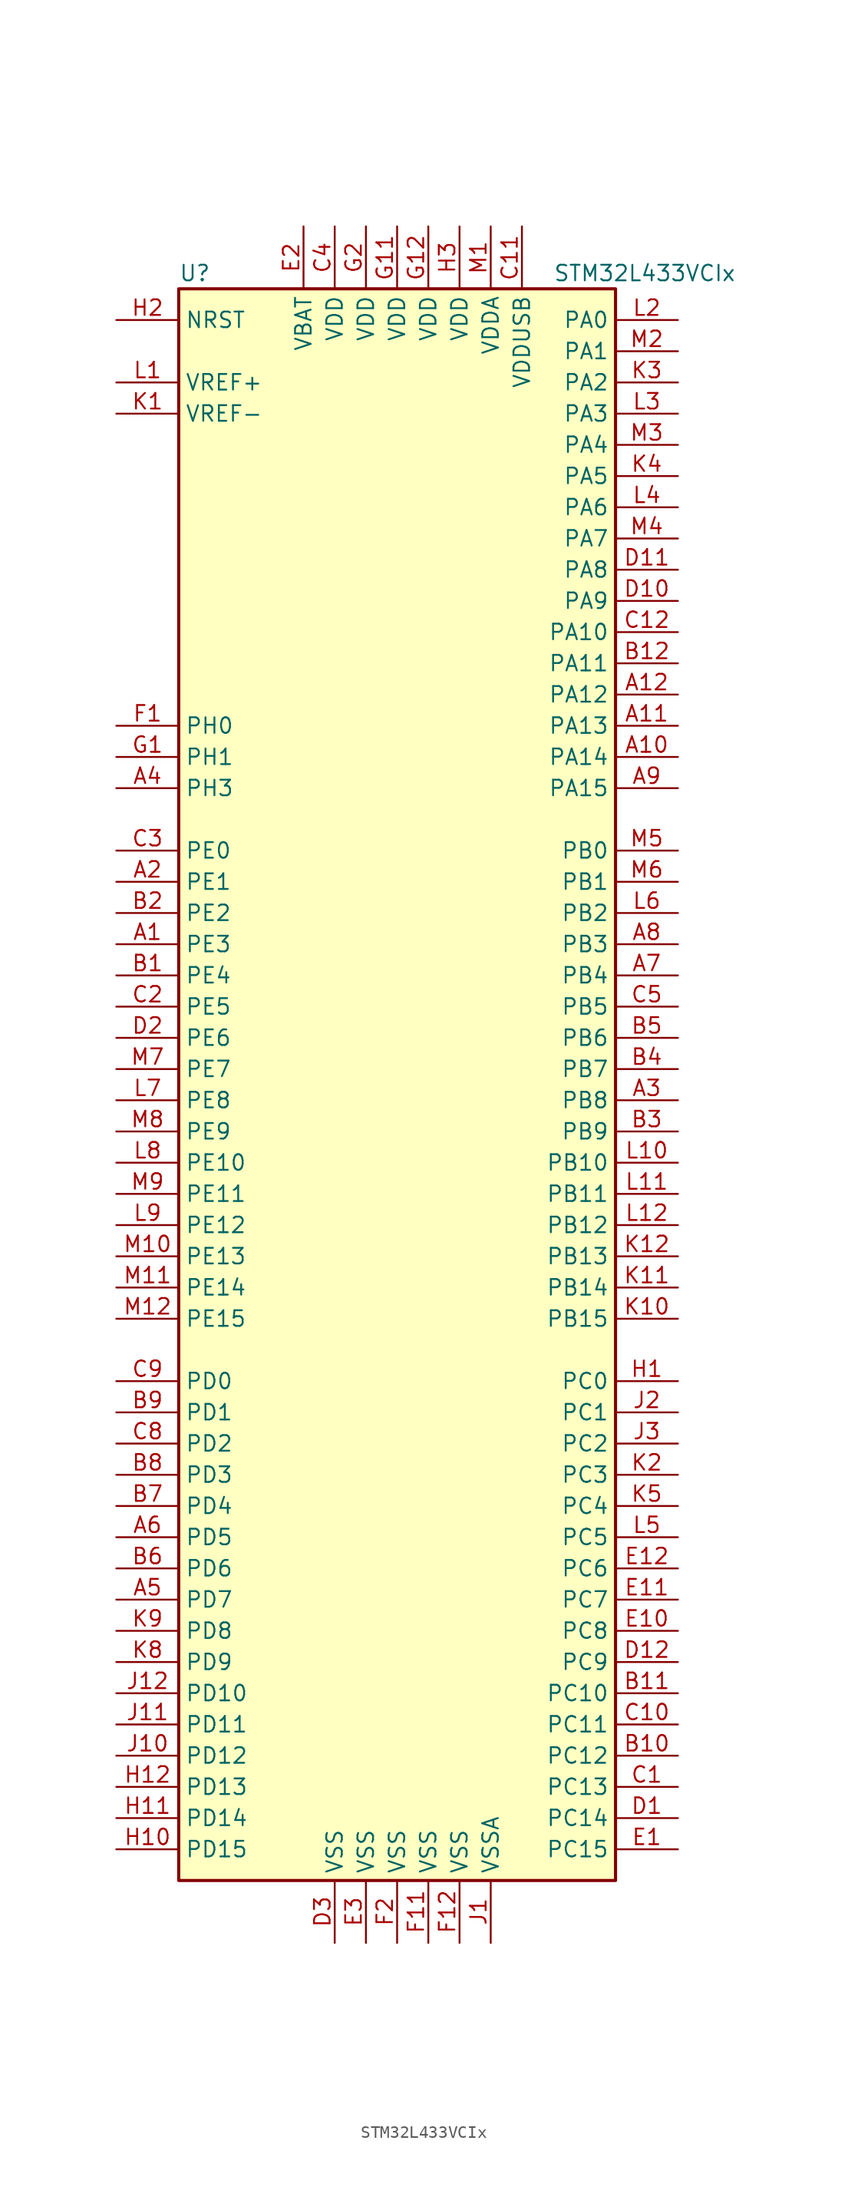
<source format=kicad_sym>
(kicad_symbol_lib
  (version 20201005)
  (generator kicad_symbol_editor)
  (symbol "MCU_ST_STM32L4:STM32L433VCIx"
    (property "Reference" "U"
      (at -17.78 64.77 0)
      (effects (font (size 1.27 1.27)) (justify left)))
    (property "Value" "STM32L433VCIx"
      (at 12.7 64.77 0)
      (effects (font (size 1.27 1.27)) (justify left)))
    (symbol "STM32L433VCIx_0_1"
      (rectangle (start -17.78 -66.04) (end 17.78 63.5) (stroke (width 0.254)) (fill (type background))))
    (symbol "STM32L433VCIx_1_1"
      (pin bidirectional line (at -22.86 10.16 0) (length 5.08) (name "PE3" (effects (font (size 1.27 1.27)))) (number "A1" (effects (font (size 1.27 1.27)))))
      (pin bidirectional line (at 22.86 25.4 180) (length 5.08) (name "PA14" (effects (font (size 1.27 1.27)))) (number "A10" (effects (font (size 1.27 1.27)))))
      (pin bidirectional line (at 22.86 27.94 180) (length 5.08) (name "PA13" (effects (font (size 1.27 1.27)))) (number "A11" (effects (font (size 1.27 1.27)))))
      (pin bidirectional line (at 22.86 30.48 180) (length 5.08) (name "PA12" (effects (font (size 1.27 1.27)))) (number "A12" (effects (font (size 1.27 1.27)))))
      (pin bidirectional line (at -22.86 15.24 0) (length 5.08) (name "PE1" (effects (font (size 1.27 1.27)))) (number "A2" (effects (font (size 1.27 1.27)))))
      (pin bidirectional line (at 22.86 -2.54 180) (length 5.08) (name "PB8" (effects (font (size 1.27 1.27)))) (number "A3" (effects (font (size 1.27 1.27)))))
      (pin bidirectional line (at -22.86 22.86 0) (length 5.08) (name "PH3" (effects (font (size 1.27 1.27)))) (number "A4" (effects (font (size 1.27 1.27)))))
      (pin bidirectional line (at -22.86 -43.18 0) (length 5.08) (name "PD7" (effects (font (size 1.27 1.27)))) (number "A5" (effects (font (size 1.27 1.27)))))
      (pin bidirectional line (at -22.86 -38.1 0) (length 5.08) (name "PD5" (effects (font (size 1.27 1.27)))) (number "A6" (effects (font (size 1.27 1.27)))))
      (pin bidirectional line (at 22.86 7.62 180) (length 5.08) (name "PB4" (effects (font (size 1.27 1.27)))) (number "A7" (effects (font (size 1.27 1.27)))))
      (pin bidirectional line (at 22.86 10.16 180) (length 5.08) (name "PB3" (effects (font (size 1.27 1.27)))) (number "A8" (effects (font (size 1.27 1.27)))))
      (pin bidirectional line (at 22.86 22.86 180) (length 5.08) (name "PA15" (effects (font (size 1.27 1.27)))) (number "A9" (effects (font (size 1.27 1.27)))))
      (pin bidirectional line (at -22.86 7.62 0) (length 5.08) (name "PE4" (effects (font (size 1.27 1.27)))) (number "B1" (effects (font (size 1.27 1.27)))))
      (pin bidirectional line (at 22.86 -55.88 180) (length 5.08) (name "PC12" (effects (font (size 1.27 1.27)))) (number "B10" (effects (font (size 1.27 1.27)))))
      (pin bidirectional line (at 22.86 -50.8 180) (length 5.08) (name "PC10" (effects (font (size 1.27 1.27)))) (number "B11" (effects (font (size 1.27 1.27)))))
      (pin bidirectional line (at 22.86 33.02 180) (length 5.08) (name "PA11" (effects (font (size 1.27 1.27)))) (number "B12" (effects (font (size 1.27 1.27)))))
      (pin bidirectional line (at -22.86 12.7 0) (length 5.08) (name "PE2" (effects (font (size 1.27 1.27)))) (number "B2" (effects (font (size 1.27 1.27)))))
      (pin bidirectional line (at 22.86 -5.08 180) (length 5.08) (name "PB9" (effects (font (size 1.27 1.27)))) (number "B3" (effects (font (size 1.27 1.27)))))
      (pin bidirectional line (at 22.86 0 180) (length 5.08) (name "PB7" (effects (font (size 1.27 1.27)))) (number "B4" (effects (font (size 1.27 1.27)))))
      (pin bidirectional line (at 22.86 2.54 180) (length 5.08) (name "PB6" (effects (font (size 1.27 1.27)))) (number "B5" (effects (font (size 1.27 1.27)))))
      (pin bidirectional line (at -22.86 -40.64 0) (length 5.08) (name "PD6" (effects (font (size 1.27 1.27)))) (number "B6" (effects (font (size 1.27 1.27)))))
      (pin bidirectional line (at -22.86 -35.56 0) (length 5.08) (name "PD4" (effects (font (size 1.27 1.27)))) (number "B7" (effects (font (size 1.27 1.27)))))
      (pin bidirectional line (at -22.86 -33.02 0) (length 5.08) (name "PD3" (effects (font (size 1.27 1.27)))) (number "B8" (effects (font (size 1.27 1.27)))))
      (pin bidirectional line (at -22.86 -27.94 0) (length 5.08) (name "PD1" (effects (font (size 1.27 1.27)))) (number "B9" (effects (font (size 1.27 1.27)))))
      (pin bidirectional line (at 22.86 -58.42 180) (length 5.08) (name "PC13" (effects (font (size 1.27 1.27)))) (number "C1" (effects (font (size 1.27 1.27)))))
      (pin bidirectional line (at 22.86 -53.34 180) (length 5.08) (name "PC11" (effects (font (size 1.27 1.27)))) (number "C10" (effects (font (size 1.27 1.27)))))
      (pin power_in line (at 10.16 68.58 270) (length 5.08) (name "VDDUSB" (effects (font (size 1.27 1.27)))) (number "C11" (effects (font (size 1.27 1.27)))))
      (pin bidirectional line (at 22.86 35.56 180) (length 5.08) (name "PA10" (effects (font (size 1.27 1.27)))) (number "C12" (effects (font (size 1.27 1.27)))))
      (pin bidirectional line (at -22.86 5.08 0) (length 5.08) (name "PE5" (effects (font (size 1.27 1.27)))) (number "C2" (effects (font (size 1.27 1.27)))))
      (pin bidirectional line (at -22.86 17.78 0) (length 5.08) (name "PE0" (effects (font (size 1.27 1.27)))) (number "C3" (effects (font (size 1.27 1.27)))))
      (pin power_in line (at -5.08 68.58 270) (length 5.08) (name "VDD" (effects (font (size 1.27 1.27)))) (number "C4" (effects (font (size 1.27 1.27)))))
      (pin bidirectional line (at 22.86 5.08 180) (length 5.08) (name "PB5" (effects (font (size 1.27 1.27)))) (number "C5" (effects (font (size 1.27 1.27)))))
      (pin bidirectional line (at -22.86 -30.48 0) (length 5.08) (name "PD2" (effects (font (size 1.27 1.27)))) (number "C8" (effects (font (size 1.27 1.27)))))
      (pin bidirectional line (at -22.86 -25.4 0) (length 5.08) (name "PD0" (effects (font (size 1.27 1.27)))) (number "C9" (effects (font (size 1.27 1.27)))))
      (pin bidirectional line (at 22.86 -60.96 180) (length 5.08) (name "PC14" (effects (font (size 1.27 1.27)))) (number "D1" (effects (font (size 1.27 1.27)))))
      (pin bidirectional line (at 22.86 38.1 180) (length 5.08) (name "PA9" (effects (font (size 1.27 1.27)))) (number "D10" (effects (font (size 1.27 1.27)))))
      (pin bidirectional line (at 22.86 40.64 180) (length 5.08) (name "PA8" (effects (font (size 1.27 1.27)))) (number "D11" (effects (font (size 1.27 1.27)))))
      (pin bidirectional line (at 22.86 -48.26 180) (length 5.08) (name "PC9" (effects (font (size 1.27 1.27)))) (number "D12" (effects (font (size 1.27 1.27)))))
      (pin bidirectional line (at -22.86 2.54 0) (length 5.08) (name "PE6" (effects (font (size 1.27 1.27)))) (number "D2" (effects (font (size 1.27 1.27)))))
      (pin power_in line (at -5.08 -71.12 90) (length 5.08) (name "VSS" (effects (font (size 1.27 1.27)))) (number "D3" (effects (font (size 1.27 1.27)))))
      (pin bidirectional line (at 22.86 -63.5 180) (length 5.08) (name "PC15" (effects (font (size 1.27 1.27)))) (number "E1" (effects (font (size 1.27 1.27)))))
      (pin bidirectional line (at 22.86 -45.72 180) (length 5.08) (name "PC8" (effects (font (size 1.27 1.27)))) (number "E10" (effects (font (size 1.27 1.27)))))
      (pin bidirectional line (at 22.86 -43.18 180) (length 5.08) (name "PC7" (effects (font (size 1.27 1.27)))) (number "E11" (effects (font (size 1.27 1.27)))))
      (pin bidirectional line (at 22.86 -40.64 180) (length 5.08) (name "PC6" (effects (font (size 1.27 1.27)))) (number "E12" (effects (font (size 1.27 1.27)))))
      (pin power_in line (at -7.62 68.58 270) (length 5.08) (name "VBAT" (effects (font (size 1.27 1.27)))) (number "E2" (effects (font (size 1.27 1.27)))))
      (pin power_in line (at -2.54 -71.12 90) (length 5.08) (name "VSS" (effects (font (size 1.27 1.27)))) (number "E3" (effects (font (size 1.27 1.27)))))
      (pin input line (at -22.86 27.94 0) (length 5.08) (name "PH0" (effects (font (size 1.27 1.27)))) (number "F1" (effects (font (size 1.27 1.27)))))
      (pin power_in line (at 2.54 -71.12 90) (length 5.08) (name "VSS" (effects (font (size 1.27 1.27)))) (number "F11" (effects (font (size 1.27 1.27)))))
      (pin power_in line (at 5.08 -71.12 90) (length 5.08) (name "VSS" (effects (font (size 1.27 1.27)))) (number "F12" (effects (font (size 1.27 1.27)))))
      (pin power_in line (at 0 -71.12 90) (length 5.08) (name "VSS" (effects (font (size 1.27 1.27)))) (number "F2" (effects (font (size 1.27 1.27)))))
      (pin input line (at -22.86 25.4 0) (length 5.08) (name "PH1" (effects (font (size 1.27 1.27)))) (number "G1" (effects (font (size 1.27 1.27)))))
      (pin power_in line (at 0 68.58 270) (length 5.08) (name "VDD" (effects (font (size 1.27 1.27)))) (number "G11" (effects (font (size 1.27 1.27)))))
      (pin power_in line (at 2.54 68.58 270) (length 5.08) (name "VDD" (effects (font (size 1.27 1.27)))) (number "G12" (effects (font (size 1.27 1.27)))))
      (pin power_in line (at -2.54 68.58 270) (length 5.08) (name "VDD" (effects (font (size 1.27 1.27)))) (number "G2" (effects (font (size 1.27 1.27)))))
      (pin bidirectional line (at 22.86 -25.4 180) (length 5.08) (name "PC0" (effects (font (size 1.27 1.27)))) (number "H1" (effects (font (size 1.27 1.27)))))
      (pin bidirectional line (at -22.86 -63.5 0) (length 5.08) (name "PD15" (effects (font (size 1.27 1.27)))) (number "H10" (effects (font (size 1.27 1.27)))))
      (pin bidirectional line (at -22.86 -60.96 0) (length 5.08) (name "PD14" (effects (font (size 1.27 1.27)))) (number "H11" (effects (font (size 1.27 1.27)))))
      (pin bidirectional line (at -22.86 -58.42 0) (length 5.08) (name "PD13" (effects (font (size 1.27 1.27)))) (number "H12" (effects (font (size 1.27 1.27)))))
      (pin input line (at -22.86 60.96 0) (length 5.08) (name "NRST" (effects (font (size 1.27 1.27)))) (number "H2" (effects (font (size 1.27 1.27)))))
      (pin power_in line (at 5.08 68.58 270) (length 5.08) (name "VDD" (effects (font (size 1.27 1.27)))) (number "H3" (effects (font (size 1.27 1.27)))))
      (pin power_in line (at 7.62 -71.12 90) (length 5.08) (name "VSSA" (effects (font (size 1.27 1.27)))) (number "J1" (effects (font (size 1.27 1.27)))))
      (pin bidirectional line (at -22.86 -55.88 0) (length 5.08) (name "PD12" (effects (font (size 1.27 1.27)))) (number "J10" (effects (font (size 1.27 1.27)))))
      (pin bidirectional line (at -22.86 -53.34 0) (length 5.08) (name "PD11" (effects (font (size 1.27 1.27)))) (number "J11" (effects (font (size 1.27 1.27)))))
      (pin bidirectional line (at -22.86 -50.8 0) (length 5.08) (name "PD10" (effects (font (size 1.27 1.27)))) (number "J12" (effects (font (size 1.27 1.27)))))
      (pin bidirectional line (at 22.86 -27.94 180) (length 5.08) (name "PC1" (effects (font (size 1.27 1.27)))) (number "J2" (effects (font (size 1.27 1.27)))))
      (pin bidirectional line (at 22.86 -30.48 180) (length 5.08) (name "PC2" (effects (font (size 1.27 1.27)))) (number "J3" (effects (font (size 1.27 1.27)))))
      (pin power_in line (at -22.86 53.34 0) (length 5.08) (name "VREF-" (effects (font (size 1.27 1.27)))) (number "K1" (effects (font (size 1.27 1.27)))))
      (pin bidirectional line (at 22.86 -20.32 180) (length 5.08) (name "PB15" (effects (font (size 1.27 1.27)))) (number "K10" (effects (font (size 1.27 1.27)))))
      (pin bidirectional line (at 22.86 -17.78 180) (length 5.08) (name "PB14" (effects (font (size 1.27 1.27)))) (number "K11" (effects (font (size 1.27 1.27)))))
      (pin bidirectional line (at 22.86 -15.24 180) (length 5.08) (name "PB13" (effects (font (size 1.27 1.27)))) (number "K12" (effects (font (size 1.27 1.27)))))
      (pin bidirectional line (at 22.86 -33.02 180) (length 5.08) (name "PC3" (effects (font (size 1.27 1.27)))) (number "K2" (effects (font (size 1.27 1.27)))))
      (pin bidirectional line (at 22.86 55.88 180) (length 5.08) (name "PA2" (effects (font (size 1.27 1.27)))) (number "K3" (effects (font (size 1.27 1.27)))))
      (pin bidirectional line (at 22.86 48.26 180) (length 5.08) (name "PA5" (effects (font (size 1.27 1.27)))) (number "K4" (effects (font (size 1.27 1.27)))))
      (pin bidirectional line (at 22.86 -35.56 180) (length 5.08) (name "PC4" (effects (font (size 1.27 1.27)))) (number "K5" (effects (font (size 1.27 1.27)))))
      (pin bidirectional line (at -22.86 -48.26 0) (length 5.08) (name "PD9" (effects (font (size 1.27 1.27)))) (number "K8" (effects (font (size 1.27 1.27)))))
      (pin bidirectional line (at -22.86 -45.72 0) (length 5.08) (name "PD8" (effects (font (size 1.27 1.27)))) (number "K9" (effects (font (size 1.27 1.27)))))
      (pin bidirectional line (at -22.86 55.88 0) (length 5.08) (name "VREF+" (effects (font (size 1.27 1.27)))) (number "L1" (effects (font (size 1.27 1.27)))))
      (pin bidirectional line (at 22.86 -7.62 180) (length 5.08) (name "PB10" (effects (font (size 1.27 1.27)))) (number "L10" (effects (font (size 1.27 1.27)))))
      (pin bidirectional line (at 22.86 -10.16 180) (length 5.08) (name "PB11" (effects (font (size 1.27 1.27)))) (number "L11" (effects (font (size 1.27 1.27)))))
      (pin bidirectional line (at 22.86 -12.7 180) (length 5.08) (name "PB12" (effects (font (size 1.27 1.27)))) (number "L12" (effects (font (size 1.27 1.27)))))
      (pin bidirectional line (at 22.86 60.96 180) (length 5.08) (name "PA0" (effects (font (size 1.27 1.27)))) (number "L2" (effects (font (size 1.27 1.27)))))
      (pin bidirectional line (at 22.86 53.34 180) (length 5.08) (name "PA3" (effects (font (size 1.27 1.27)))) (number "L3" (effects (font (size 1.27 1.27)))))
      (pin bidirectional line (at 22.86 45.72 180) (length 5.08) (name "PA6" (effects (font (size 1.27 1.27)))) (number "L4" (effects (font (size 1.27 1.27)))))
      (pin bidirectional line (at 22.86 -38.1 180) (length 5.08) (name "PC5" (effects (font (size 1.27 1.27)))) (number "L5" (effects (font (size 1.27 1.27)))))
      (pin bidirectional line (at 22.86 12.7 180) (length 5.08) (name "PB2" (effects (font (size 1.27 1.27)))) (number "L6" (effects (font (size 1.27 1.27)))))
      (pin bidirectional line (at -22.86 -2.54 0) (length 5.08) (name "PE8" (effects (font (size 1.27 1.27)))) (number "L7" (effects (font (size 1.27 1.27)))))
      (pin bidirectional line (at -22.86 -7.62 0) (length 5.08) (name "PE10" (effects (font (size 1.27 1.27)))) (number "L8" (effects (font (size 1.27 1.27)))))
      (pin bidirectional line (at -22.86 -12.7 0) (length 5.08) (name "PE12" (effects (font (size 1.27 1.27)))) (number "L9" (effects (font (size 1.27 1.27)))))
      (pin power_in line (at 7.62 68.58 270) (length 5.08) (name "VDDA" (effects (font (size 1.27 1.27)))) (number "M1" (effects (font (size 1.27 1.27)))))
      (pin bidirectional line (at -22.86 -15.24 0) (length 5.08) (name "PE13" (effects (font (size 1.27 1.27)))) (number "M10" (effects (font (size 1.27 1.27)))))
      (pin bidirectional line (at -22.86 -17.78 0) (length 5.08) (name "PE14" (effects (font (size 1.27 1.27)))) (number "M11" (effects (font (size 1.27 1.27)))))
      (pin bidirectional line (at -22.86 -20.32 0) (length 5.08) (name "PE15" (effects (font (size 1.27 1.27)))) (number "M12" (effects (font (size 1.27 1.27)))))
      (pin bidirectional line (at 22.86 58.42 180) (length 5.08) (name "PA1" (effects (font (size 1.27 1.27)))) (number "M2" (effects (font (size 1.27 1.27)))))
      (pin bidirectional line (at 22.86 50.8 180) (length 5.08) (name "PA4" (effects (font (size 1.27 1.27)))) (number "M3" (effects (font (size 1.27 1.27)))))
      (pin bidirectional line (at 22.86 43.18 180) (length 5.08) (name "PA7" (effects (font (size 1.27 1.27)))) (number "M4" (effects (font (size 1.27 1.27)))))
      (pin bidirectional line (at 22.86 17.78 180) (length 5.08) (name "PB0" (effects (font (size 1.27 1.27)))) (number "M5" (effects (font (size 1.27 1.27)))))
      (pin bidirectional line (at 22.86 15.24 180) (length 5.08) (name "PB1" (effects (font (size 1.27 1.27)))) (number "M6" (effects (font (size 1.27 1.27)))))
      (pin bidirectional line (at -22.86 0 0) (length 5.08) (name "PE7" (effects (font (size 1.27 1.27)))) (number "M7" (effects (font (size 1.27 1.27)))))
      (pin bidirectional line (at -22.86 -5.08 0) (length 5.08) (name "PE9" (effects (font (size 1.27 1.27)))) (number "M8" (effects (font (size 1.27 1.27)))))
      (pin bidirectional line (at -22.86 -10.16 0) (length 5.08) (name "PE11" (effects (font (size 1.27 1.27)))) (number "M9" (effects (font (size 1.27 1.27))))))))
</source>
